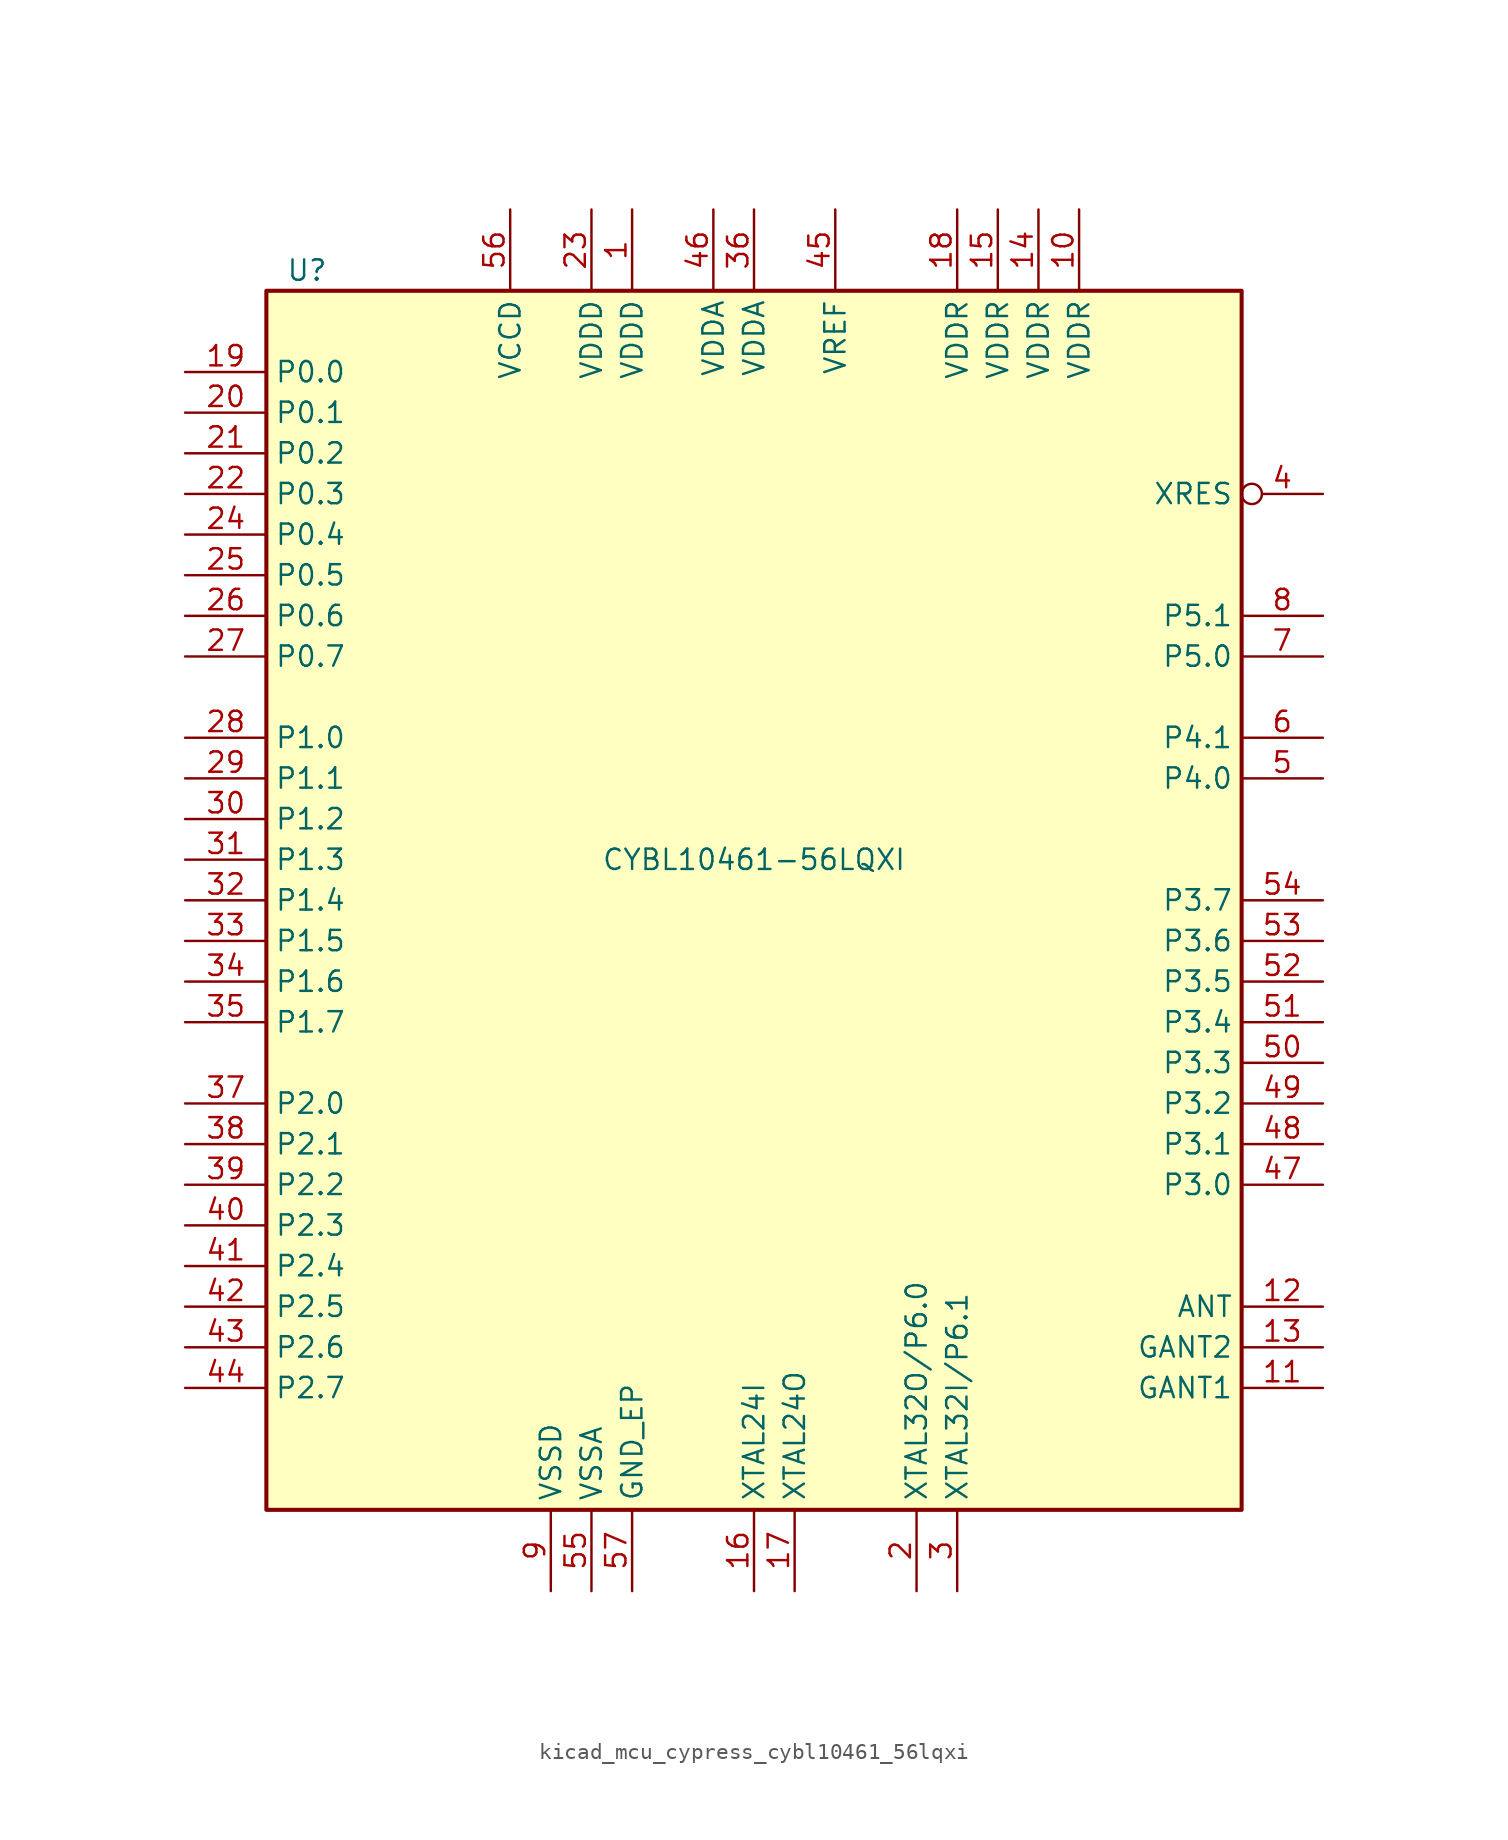
<source format=kicad_sym>
(kicad_symbol_lib
  (version 20220914)
  (generator kicad_symbol_editor)
  (symbol "kicad_mcu_cypress_cybl10461_56lqxi"
    (property "Reference" "U"
      (at -27.94 39.37 0)
      (effects (font (size 1.27 1.27))))
    (property "Value" "CYBL10461-56LQXI"
      (at 0 2.54 0)
      (effects (font (size 1.27 1.27))))
    (symbol "kicad_mcu_cypress_cybl10461_56lqxi_1_0"
      (rectangle (start -30.48 -38.1) (end 30.48 38.1) (stroke (width 0.254) (type default)) (fill (type background))))
    (symbol "kicad_mcu_cypress_cybl10461_56lqxi_1_1"
      (pin power_in line (at -7.62 43.18 270) (length 5.08) (name "VDDD" (effects (font (size 1.27 1.27)))) (number "1" (effects (font (size 1.27 1.27)))))
      (pin power_in line (at 20.32 43.18 270) (length 5.08) (name "VDDR" (effects (font (size 1.27 1.27)))) (number "10" (effects (font (size 1.27 1.27)))))
      (pin power_in line (at 35.56 -30.48 180) (length 5.08) (name "GANT1" (effects (font (size 1.27 1.27)))) (number "11" (effects (font (size 1.27 1.27)))))
      (pin output line (at 35.56 -25.4 180) (length 5.08) (name "ANT" (effects (font (size 1.27 1.27)))) (number "12" (effects (font (size 1.27 1.27)))))
      (pin power_in line (at 35.56 -27.94 180) (length 5.08) (name "GANT2" (effects (font (size 1.27 1.27)))) (number "13" (effects (font (size 1.27 1.27)))))
      (pin power_in line (at 17.78 43.18 270) (length 5.08) (name "VDDR" (effects (font (size 1.27 1.27)))) (number "14" (effects (font (size 1.27 1.27)))))
      (pin power_in line (at 15.24 43.18 270) (length 5.08) (name "VDDR" (effects (font (size 1.27 1.27)))) (number "15" (effects (font (size 1.27 1.27)))))
      (pin input line (at 0 -43.18 90) (length 5.08) (name "XTAL24I" (effects (font (size 1.27 1.27)))) (number "16" (effects (font (size 1.27 1.27)))))
      (pin output line (at 2.54 -43.18 90) (length 5.08) (name "XTAL24O" (effects (font (size 1.27 1.27)))) (number "17" (effects (font (size 1.27 1.27)))))
      (pin power_in line (at 12.7 43.18 270) (length 5.08) (name "VDDR" (effects (font (size 1.27 1.27)))) (number "18" (effects (font (size 1.27 1.27)))))
      (pin bidirectional line (at -35.56 33.02 0) (length 5.08) (name "P0.0" (effects (font (size 1.27 1.27)))) (number "19" (effects (font (size 1.27 1.27)))))
      (pin bidirectional line (at 10.16 -43.18 90) (length 5.08) (name "XTAL32O/P6.0" (effects (font (size 1.27 1.27)))) (number "2" (effects (font (size 1.27 1.27)))))
      (pin bidirectional line (at -35.56 30.48 0) (length 5.08) (name "P0.1" (effects (font (size 1.27 1.27)))) (number "20" (effects (font (size 1.27 1.27)))))
      (pin bidirectional line (at -35.56 27.94 0) (length 5.08) (name "P0.2" (effects (font (size 1.27 1.27)))) (number "21" (effects (font (size 1.27 1.27)))))
      (pin bidirectional line (at -35.56 25.4 0) (length 5.08) (name "P0.3" (effects (font (size 1.27 1.27)))) (number "22" (effects (font (size 1.27 1.27)))))
      (pin power_in line (at -10.16 43.18 270) (length 5.08) (name "VDDD" (effects (font (size 1.27 1.27)))) (number "23" (effects (font (size 1.27 1.27)))))
      (pin bidirectional line (at -35.56 22.86 0) (length 5.08) (name "P0.4" (effects (font (size 1.27 1.27)))) (number "24" (effects (font (size 1.27 1.27)))))
      (pin bidirectional line (at -35.56 20.32 0) (length 5.08) (name "P0.5" (effects (font (size 1.27 1.27)))) (number "25" (effects (font (size 1.27 1.27)))))
      (pin bidirectional line (at -35.56 17.78 0) (length 5.08) (name "P0.6" (effects (font (size 1.27 1.27)))) (number "26" (effects (font (size 1.27 1.27)))))
      (pin bidirectional line (at -35.56 15.24 0) (length 5.08) (name "P0.7" (effects (font (size 1.27 1.27)))) (number "27" (effects (font (size 1.27 1.27)))))
      (pin bidirectional line (at -35.56 10.16 0) (length 5.08) (name "P1.0" (effects (font (size 1.27 1.27)))) (number "28" (effects (font (size 1.27 1.27)))))
      (pin bidirectional line (at -35.56 7.62 0) (length 5.08) (name "P1.1" (effects (font (size 1.27 1.27)))) (number "29" (effects (font (size 1.27 1.27)))))
      (pin bidirectional line (at 12.7 -43.18 90) (length 5.08) (name "XTAL32I/P6.1" (effects (font (size 1.27 1.27)))) (number "3" (effects (font (size 1.27 1.27)))))
      (pin bidirectional line (at -35.56 5.08 0) (length 5.08) (name "P1.2" (effects (font (size 1.27 1.27)))) (number "30" (effects (font (size 1.27 1.27)))))
      (pin bidirectional line (at -35.56 2.54 0) (length 5.08) (name "P1.3" (effects (font (size 1.27 1.27)))) (number "31" (effects (font (size 1.27 1.27)))))
      (pin bidirectional line (at -35.56 0 0) (length 5.08) (name "P1.4" (effects (font (size 1.27 1.27)))) (number "32" (effects (font (size 1.27 1.27)))))
      (pin bidirectional line (at -35.56 -2.54 0) (length 5.08) (name "P1.5" (effects (font (size 1.27 1.27)))) (number "33" (effects (font (size 1.27 1.27)))))
      (pin bidirectional line (at -35.56 -5.08 0) (length 5.08) (name "P1.6" (effects (font (size 1.27 1.27)))) (number "34" (effects (font (size 1.27 1.27)))))
      (pin bidirectional line (at -35.56 -7.62 0) (length 5.08) (name "P1.7" (effects (font (size 1.27 1.27)))) (number "35" (effects (font (size 1.27 1.27)))))
      (pin power_in line (at 0 43.18 270) (length 5.08) (name "VDDA" (effects (font (size 1.27 1.27)))) (number "36" (effects (font (size 1.27 1.27)))))
      (pin bidirectional line (at -35.56 -12.7 0) (length 5.08) (name "P2.0" (effects (font (size 1.27 1.27)))) (number "37" (effects (font (size 1.27 1.27)))))
      (pin bidirectional line (at -35.56 -15.24 0) (length 5.08) (name "P2.1" (effects (font (size 1.27 1.27)))) (number "38" (effects (font (size 1.27 1.27)))))
      (pin bidirectional line (at -35.56 -17.78 0) (length 5.08) (name "P2.2" (effects (font (size 1.27 1.27)))) (number "39" (effects (font (size 1.27 1.27)))))
      (pin input inverted (at 35.56 25.4 180) (length 5.08) (name "XRES" (effects (font (size 1.27 1.27)))) (number "4" (effects (font (size 1.27 1.27)))))
      (pin bidirectional line (at -35.56 -20.32 0) (length 5.08) (name "P2.3" (effects (font (size 1.27 1.27)))) (number "40" (effects (font (size 1.27 1.27)))))
      (pin bidirectional line (at -35.56 -22.86 0) (length 5.08) (name "P2.4" (effects (font (size 1.27 1.27)))) (number "41" (effects (font (size 1.27 1.27)))))
      (pin bidirectional line (at -35.56 -25.4 0) (length 5.08) (name "P2.5" (effects (font (size 1.27 1.27)))) (number "42" (effects (font (size 1.27 1.27)))))
      (pin bidirectional line (at -35.56 -27.94 0) (length 5.08) (name "P2.6" (effects (font (size 1.27 1.27)))) (number "43" (effects (font (size 1.27 1.27)))))
      (pin bidirectional line (at -35.56 -30.48 0) (length 5.08) (name "P2.7" (effects (font (size 1.27 1.27)))) (number "44" (effects (font (size 1.27 1.27)))))
      (pin passive line (at 5.08 43.18 270) (length 5.08) (name "VREF" (effects (font (size 1.27 1.27)))) (number "45" (effects (font (size 1.27 1.27)))))
      (pin power_in line (at -2.54 43.18 270) (length 5.08) (name "VDDA" (effects (font (size 1.27 1.27)))) (number "46" (effects (font (size 1.27 1.27)))))
      (pin bidirectional line (at 35.56 -17.78 180) (length 5.08) (name "P3.0" (effects (font (size 1.27 1.27)))) (number "47" (effects (font (size 1.27 1.27)))))
      (pin bidirectional line (at 35.56 -15.24 180) (length 5.08) (name "P3.1" (effects (font (size 1.27 1.27)))) (number "48" (effects (font (size 1.27 1.27)))))
      (pin bidirectional line (at 35.56 -12.7 180) (length 5.08) (name "P3.2" (effects (font (size 1.27 1.27)))) (number "49" (effects (font (size 1.27 1.27)))))
      (pin bidirectional line (at 35.56 7.62 180) (length 5.08) (name "P4.0" (effects (font (size 1.27 1.27)))) (number "5" (effects (font (size 1.27 1.27)))))
      (pin bidirectional line (at 35.56 -10.16 180) (length 5.08) (name "P3.3" (effects (font (size 1.27 1.27)))) (number "50" (effects (font (size 1.27 1.27)))))
      (pin bidirectional line (at 35.56 -7.62 180) (length 5.08) (name "P3.4" (effects (font (size 1.27 1.27)))) (number "51" (effects (font (size 1.27 1.27)))))
      (pin bidirectional line (at 35.56 -5.08 180) (length 5.08) (name "P3.5" (effects (font (size 1.27 1.27)))) (number "52" (effects (font (size 1.27 1.27)))))
      (pin bidirectional line (at 35.56 -2.54 180) (length 5.08) (name "P3.6" (effects (font (size 1.27 1.27)))) (number "53" (effects (font (size 1.27 1.27)))))
      (pin bidirectional line (at 35.56 0 180) (length 5.08) (name "P3.7" (effects (font (size 1.27 1.27)))) (number "54" (effects (font (size 1.27 1.27)))))
      (pin power_in line (at -10.16 -43.18 90) (length 5.08) (name "VSSA" (effects (font (size 1.27 1.27)))) (number "55" (effects (font (size 1.27 1.27)))))
      (pin power_out line (at -15.24 43.18 270) (length 5.08) (name "VCCD" (effects (font (size 1.27 1.27)))) (number "56" (effects (font (size 1.27 1.27)))))
      (pin power_in line (at -7.62 -43.18 90) (length 5.08) (name "GND_EP" (effects (font (size 1.27 1.27)))) (number "57" (effects (font (size 1.27 1.27)))))
      (pin bidirectional line (at 35.56 10.16 180) (length 5.08) (name "P4.1" (effects (font (size 1.27 1.27)))) (number "6" (effects (font (size 1.27 1.27)))))
      (pin bidirectional line (at 35.56 15.24 180) (length 5.08) (name "P5.0" (effects (font (size 1.27 1.27)))) (number "7" (effects (font (size 1.27 1.27)))))
      (pin bidirectional line (at 35.56 17.78 180) (length 5.08) (name "P5.1" (effects (font (size 1.27 1.27)))) (number "8" (effects (font (size 1.27 1.27)))))
      (pin power_in line (at -12.7 -43.18 90) (length 5.08) (name "VSSD" (effects (font (size 1.27 1.27)))) (number "9" (effects (font (size 1.27 1.27))))))))
</source>
